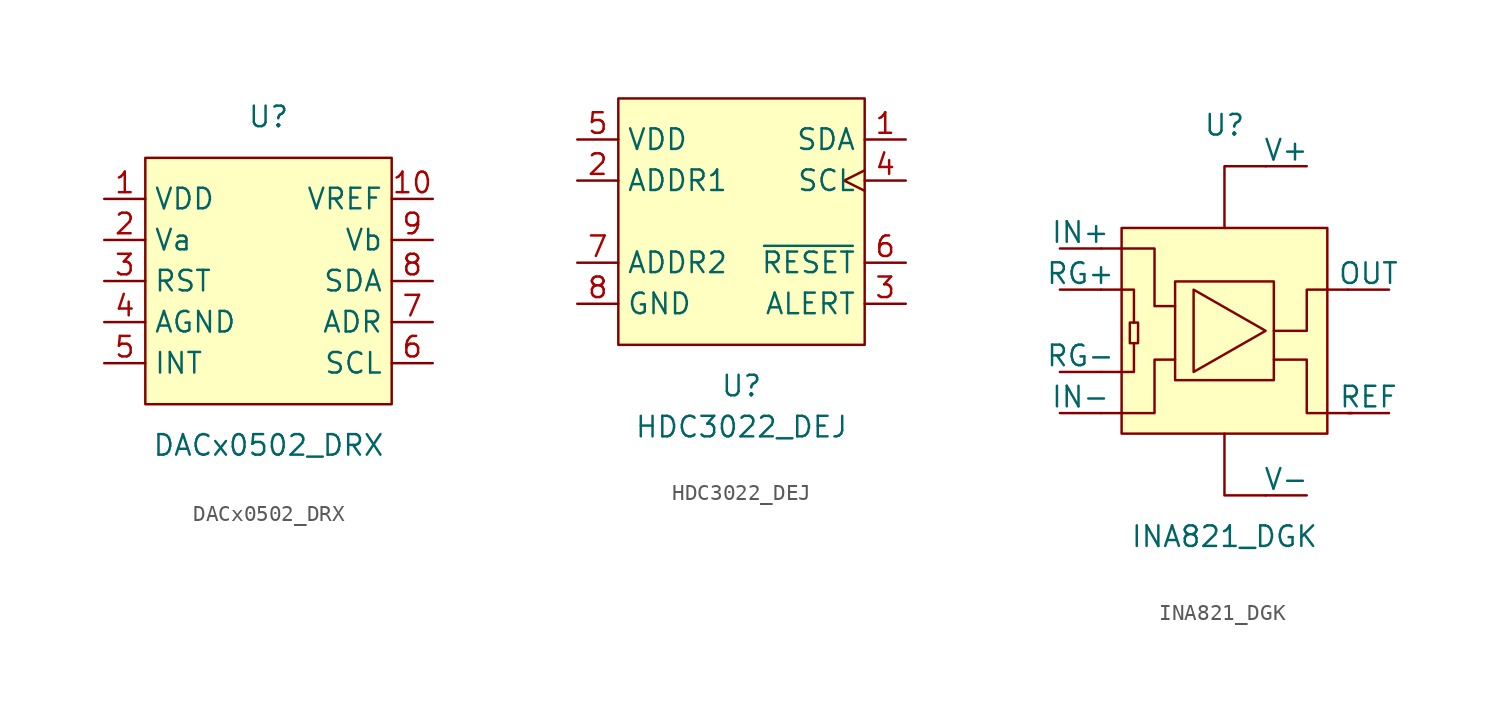
<source format=kicad_sym>
(kicad_symbol_lib
  (version 20211014)
  (generator kicad_symbol_editor)
  (symbol "DACx0502_DRX"
    (property "Reference" "U"
      (at 0 10.16 0)
      (effects (font (size 1.27 1.27))))
    (property "Value" "DACx0502_DRX"
      (at 0 -10.16 0)
      (effects (font (size 1.27 1.27))))
    (symbol "DACx0502_DRX_0_1"
      (rectangle (start -7.62 7.62) (end 7.62 -7.62) (stroke (width 0) (type default) (color 0 0 0 0)) (fill (type background))))
    (symbol "DACx0502_DRX_1_1"
      (pin power_in line (at -10.16 5.08 0) (length 2.54) (name "VDD" (effects (font (size 1.27 1.27)))) (number "1" (effects (font (size 1.27 1.27)))))
      (pin bidirectional line (at 10.16 5.08 180) (length 2.54) (name "VREF" (effects (font (size 1.27 1.27)))) (number "10" (effects (font (size 1.27 1.27)))))
      (pin output line (at -10.16 2.54 0) (length 2.54) (name "Va" (effects (font (size 1.27 1.27)))) (number "2" (effects (font (size 1.27 1.27)))))
      (pin input line (at -10.16 0 0) (length 2.54) (name "RST" (effects (font (size 1.27 1.27)))) (number "3" (effects (font (size 1.27 1.27)))))
      (pin passive line (at -10.16 -2.54 0) (length 2.54) (name "AGND" (effects (font (size 1.27 1.27)))) (number "4" (effects (font (size 1.27 1.27)))))
      (pin input line (at -10.16 -5.08 0) (length 2.54) (name "INT" (effects (font (size 1.27 1.27)))) (number "5" (effects (font (size 1.27 1.27)))))
      (pin tri_state line (at 10.16 -5.08 180) (length 2.54) (name "SCL" (effects (font (size 1.27 1.27)))) (number "6" (effects (font (size 1.27 1.27)))))
      (pin input line (at 10.16 -2.54 180) (length 2.54) (name "ADR" (effects (font (size 1.27 1.27)))) (number "7" (effects (font (size 1.27 1.27)))))
      (pin tri_state line (at 10.16 0 180) (length 2.54) (name "SDA" (effects (font (size 1.27 1.27)))) (number "8" (effects (font (size 1.27 1.27)))))
      (pin bidirectional line (at 10.16 2.54 180) (length 2.54) (name "Vb" (effects (font (size 1.27 1.27)))) (number "9" (effects (font (size 1.27 1.27)))))))
  (symbol "HDC3022_DEJ"
    (property "Reference" "U"
      (at 0 -10.16 0)
      (effects (font (size 1.27 1.27))))
    (property "Value" "HDC3022_DEJ"
      (at 0 -12.7 0)
      (effects (font (size 1.27 1.27))))
    (symbol "HDC3022_DEJ_0_1"
      (rectangle (start -7.62 7.62) (end 7.62 -7.62) (stroke (width 0) (type default) (color 0 0 0 0)) (fill (type background))))
    (symbol "HDC3022_DEJ_1_1"
      (pin bidirectional line (at 10.16 5.08 180) (length 2.54) (name "SDA" (effects (font (size 1.27 1.27)))) (number "1" (effects (font (size 1.27 1.27)))))
      (pin input line (at -10.16 2.54 0) (length 2.54) (name "ADDR1" (effects (font (size 1.27 1.27)))) (number "2" (effects (font (size 1.27 1.27)))))
      (pin output line (at 10.16 -5.08 180) (length 2.54) (name "ALERT" (effects (font (size 1.27 1.27)))) (number "3" (effects (font (size 1.27 1.27)))))
      (pin input clock (at 10.16 2.54 180) (length 2.54) (name "SCL" (effects (font (size 1.27 1.27)))) (number "4" (effects (font (size 1.27 1.27)))))
      (pin power_in line (at -10.16 5.08 0) (length 2.54) (name "VDD" (effects (font (size 1.27 1.27)))) (number "5" (effects (font (size 1.27 1.27)))))
      (pin input line (at 10.16 -2.54 180) (length 2.54) (name "~{RESET}" (effects (font (size 1.27 1.27)))) (number "6" (effects (font (size 1.27 1.27)))))
      (pin input line (at -10.16 -2.54 0) (length 2.54) (name "ADDR2" (effects (font (size 1.27 1.27)))) (number "7" (effects (font (size 1.27 1.27)))))
      (pin passive line (at -10.16 -5.08 0) (length 2.54) (name "GND" (effects (font (size 1.27 1.27)))) (number "8" (effects (font (size 1.27 1.27)))))))
  (symbol "INA821_DGK"
    (pin_numbers hide)
    (pin_names
      (offset 0))
    (property "Reference" "U"
      (at 0 12.7 0)
      (effects (font (size 1.27 1.27))))
    (property "Value" "INA821_DGK"
      (at 0 -12.7 0)
      (effects (font (size 1.27 1.27))))
    (symbol "INA821_DGK_0_1"
      (rectangle (start -6.35 6.35) (end 6.35 -6.35) (stroke (width 0) (type default) (color 0 0 0 0)) (fill (type background)))
      (rectangle (start -3.048 3.048) (end 3.048 -3.048) (stroke (width 0) (type default) (color 0 0 0 0)) (fill (type none)))
      (polyline (pts (xy -5.588 0.508) (xy -5.588 2.54) (xy -7.62 2.54)) (stroke (width 0) (type default) (color 0 0 0 0)) (fill (type none)))
      (polyline (pts (xy 2.54 -10.16) (xy 0 -10.16) (xy 0 -6.35)) (stroke (width 0) (type default) (color 0 0 0 0)) (fill (type none)))
      (polyline (pts (xy 2.54 10.16) (xy 0 10.16) (xy 0 6.35)) (stroke (width 0) (type default) (color 0 0 0 0)) (fill (type none)))
      (polyline (pts (xy -7.62 -5.08) (xy -4.318 -5.08) (xy -4.318 -1.778) (xy -3.048 -1.778)) (stroke (width 0) (type default) (color 0 0 0 0)) (fill (type none)))
      (polyline (pts (xy -7.62 5.08) (xy -4.318 5.08) (xy -4.318 1.524) (xy -3.048 1.524)) (stroke (width 0) (type default) (color 0 0 0 0)) (fill (type none)))
      (polyline (pts (xy -1.905 2.54) (xy -1.905 -2.54) (xy 2.54 0) (xy -1.905 2.54)) (stroke (width 0) (type default) (color 0 0 0 0)) (fill (type none)))
      (polyline (pts (xy 3.048 -1.778) (xy 5.08 -1.778) (xy 5.08 -5.08) (xy 7.874 -5.08)) (stroke (width 0) (type default) (color 0 0 0 0)) (fill (type none)))
      (polyline (pts (xy 3.048 0) (xy 5.08 0) (xy 5.08 2.54) (xy 7.62 2.54)) (stroke (width 0) (type default) (color 0 0 0 0)) (fill (type none)))
      (polyline (pts (xy -7.62 -2.54) (xy -5.588 -2.54) (xy -5.588 -0.762) (xy -5.334 -0.762) (xy -5.334 0.508) (xy -5.842 0.508) (xy -5.842 -0.762) (xy -5.588 -0.762)) (stroke (width 0) (type default) (color 0 0 0 0)) (fill (type none))))
    (symbol "INA821_DGK_1_1"
      (pin passive line (at -10.16 5.08 0) (length 2.54) (name "IN+" (effects (font (size 1.27 1.27)))) (number "1" (effects (font (size 1.27 1.27)))))
      (pin passive line (at -10.16 -2.54 0) (length 2.54) (name "RG-" (effects (font (size 1.27 1.27)))) (number "2" (effects (font (size 1.27 1.27)))))
      (pin passive line (at -10.16 2.54 0) (length 2.54) (name "RG+" (effects (font (size 1.27 1.27)))) (number "3" (effects (font (size 1.27 1.27)))))
      (pin passive line (at -10.16 -5.08 0) (length 2.54) (name "IN-" (effects (font (size 1.27 1.27)))) (number "4" (effects (font (size 1.27 1.27)))))
      (pin bidirectional line (at 5.08 -10.16 180) (length 2.54) (name "V-" (effects (font (size 1.27 1.27)))) (number "5" (effects (font (size 1.27 1.27)))))
      (pin bidirectional line (at 10.16 -5.08 180) (length 2.54) (name "REF" (effects (font (size 1.27 1.27)))) (number "6" (effects (font (size 1.27 1.27)))))
      (pin bidirectional line (at 10.16 2.54 180) (length 2.54) (name "OUT" (effects (font (size 1.27 1.27)))) (number "7" (effects (font (size 1.27 1.27)))))
      (pin bidirectional line (at 5.08 10.16 180) (length 2.54) (name "V+" (effects (font (size 1.27 1.27)))) (number "8" (effects (font (size 1.27 1.27))))))))
</source>
